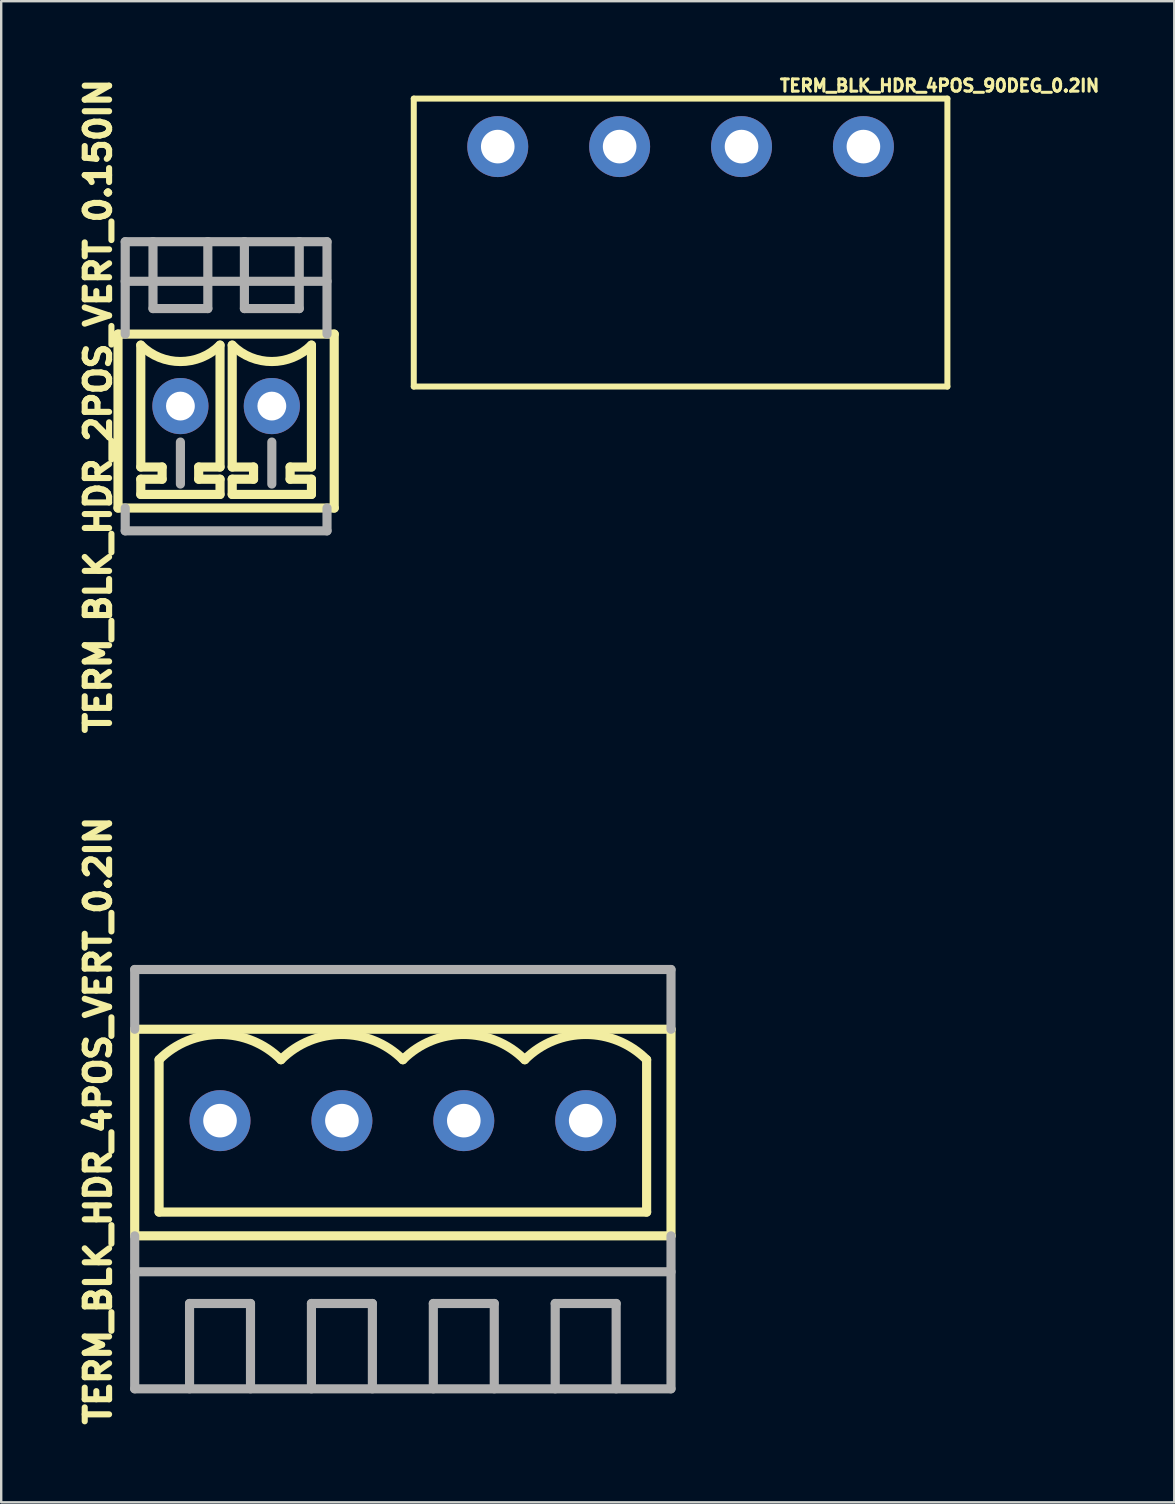
<source format=kicad_pcb>
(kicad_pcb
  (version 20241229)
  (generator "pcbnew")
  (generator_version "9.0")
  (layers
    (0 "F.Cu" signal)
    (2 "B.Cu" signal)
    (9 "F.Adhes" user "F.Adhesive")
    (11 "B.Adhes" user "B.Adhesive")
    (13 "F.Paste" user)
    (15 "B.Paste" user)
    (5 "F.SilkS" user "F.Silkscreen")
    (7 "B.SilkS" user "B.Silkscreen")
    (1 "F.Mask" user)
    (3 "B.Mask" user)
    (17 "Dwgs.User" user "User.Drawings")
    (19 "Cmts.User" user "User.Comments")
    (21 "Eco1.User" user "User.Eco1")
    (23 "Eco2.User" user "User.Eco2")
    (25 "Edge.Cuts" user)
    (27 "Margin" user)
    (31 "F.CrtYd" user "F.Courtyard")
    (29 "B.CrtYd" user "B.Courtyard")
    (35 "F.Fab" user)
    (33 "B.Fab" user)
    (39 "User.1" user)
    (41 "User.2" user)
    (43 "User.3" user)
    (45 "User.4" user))
  (footprint "TERM_BLK_HDR_2POS_VERT_0.150IN"
    (layer "F.Cu")
    (at 6.374 13.874)
    (property "Reference" "TERM_BLK_HDR_2POS_VERT_0.150IN" (at -5.334 0 90) (layer "F.SilkS") (effects (font (size 1.016 1.016) (thickness 0.254))))
    (attr through_hole)
    (fp_line (start -4.505 -3) (end -4.505 4.25) (stroke (width 0.381) (type solid)) (layer "F.SilkS"))
    (fp_line (start -3.556 -2.54) (end -3.556 2.54) (stroke (width 0.381) (type solid)) (layer "F.SilkS"))
    (fp_line (start -3.556 2.54) (end -2.667 2.54) (stroke (width 0.381) (type solid)) (layer "F.SilkS"))
    (fp_line (start -3.556 3.048) (end -3.556 3.683) (stroke (width 0.381) (type solid)) (layer "F.SilkS"))
    (fp_line (start -3.556 3.683) (end -0.254 3.683) (stroke (width 0.381) (type solid)) (layer "F.SilkS"))
    (fp_line (start -2.667 2.54) (end -2.667 3.048) (stroke (width 0.381) (type solid)) (layer "F.SilkS"))
    (fp_line (start -2.667 3.048) (end -3.556 3.048) (stroke (width 0.381) (type solid)) (layer "F.SilkS"))
    (fp_line (start -1.143 2.54) (end -0.254 2.54) (stroke (width 0.381) (type solid)) (layer "F.SilkS"))
    (fp_line (start -1.143 3.048) (end -1.143 2.54) (stroke (width 0.381) (type solid)) (layer "F.SilkS"))
    (fp_line (start -0.254 -2.54) (end -0.254 2.54) (stroke (width 0.381) (type solid)) (layer "F.SilkS"))
    (fp_line (start -0.254 3.048) (end -1.143 3.048) (stroke (width 0.381) (type solid)) (layer "F.SilkS"))
    (fp_line (start -0.254 3.683) (end -0.254 3.048) (stroke (width 0.381) (type solid)) (layer "F.SilkS"))
    (fp_line (start 0.254 -2.54) (end 0.254 2.54) (stroke (width 0.381) (type solid)) (layer "F.SilkS"))
    (fp_line (start 0.254 2.54) (end 1.143 2.54) (stroke (width 0.381) (type solid)) (layer "F.SilkS"))
    (fp_line (start 0.254 3.048) (end 0.254 3.683) (stroke (width 0.381) (type solid)) (layer "F.SilkS"))
    (fp_line (start 0.254 3.683) (end 3.556 3.683) (stroke (width 0.381) (type solid)) (layer "F.SilkS"))
    (fp_line (start 1.143 2.54) (end 1.143 3.048) (stroke (width 0.381) (type solid)) (layer "F.SilkS"))
    (fp_line (start 1.143 3.048) (end 0.254 3.048) (stroke (width 0.381) (type solid)) (layer "F.SilkS"))
    (fp_line (start 2.667 2.54) (end 3.556 2.54) (stroke (width 0.381) (type solid)) (layer "F.SilkS"))
    (fp_line (start 2.667 3.048) (end 2.667 2.54) (stroke (width 0.381) (type solid)) (layer "F.SilkS"))
    (fp_line (start 3.556 -2.54) (end 3.556 2.54) (stroke (width 0.381) (type solid)) (layer "F.SilkS"))
    (fp_line (start 3.556 3.048) (end 2.667 3.048) (stroke (width 0.381) (type solid)) (layer "F.SilkS"))
    (fp_line (start 3.556 3.683) (end 3.556 3.048) (stroke (width 0.381) (type solid)) (layer "F.SilkS"))
    (fp_line (start 4.505 -3) (end -4.505 -3) (stroke (width 0.381) (type solid)) (layer "F.SilkS"))
    (fp_line (start 4.505 -3) (end 4.505 4.25) (stroke (width 0.381) (type solid)) (layer "F.SilkS"))
    (fp_line (start 4.505 4.25) (end -4.505 4.25) (stroke (width 0.381) (type solid)) (layer "F.SilkS"))
    (fp_arc (start -0.254 -2.54) (mid -1.905 -1.856133) (end -3.556 -2.54) (stroke (width 0.381) (type solid)) (layer "F.SilkS"))
    (fp_arc (start 3.556 -2.54) (mid 1.905 -1.856133) (end 0.254 -2.54) (stroke (width 0.381) (type solid)) (layer "F.SilkS"))
    (fp_line (start -4.205 -6.85) (end 4.205 -6.85) (stroke (width 0.381) (type solid)) (layer "F.Fab"))
    (fp_line (start -4.205 -5.2) (end 4.205 -5.2) (stroke (width 0.381) (type solid)) (layer "F.Fab"))
    (fp_line (start -4.205 -3) (end -4.205 -6.85) (stroke (width 0.381) (type solid)) (layer "F.Fab"))
    (fp_line (start -4.205 4.25) (end -4.205 5.2) (stroke (width 0.381) (type solid)) (layer "F.Fab"))
    (fp_line (start -4.205 5.2) (end 4.205 5.2) (stroke (width 0.381) (type solid)) (layer "F.Fab"))
    (fp_line (start -3.048 -6.858) (end -3.048 -4.064) (stroke (width 0.381) (type solid)) (layer "F.Fab"))
    (fp_line (start -3.048 -4.064) (end -0.762 -4.064) (stroke (width 0.381) (type solid)) (layer "F.Fab"))
    (fp_line (start -1.905 1.5) (end -1.905 3.25) (stroke (width 0.381) (type solid)) (layer "F.Fab"))
    (fp_line (start -0.762 -4.064) (end -0.762 -6.858) (stroke (width 0.381) (type solid)) (layer "F.Fab"))
    (fp_line (start 0.762 -6.858) (end 0.762 -4.064) (stroke (width 0.381) (type solid)) (layer "F.Fab"))
    (fp_line (start 0.762 -4.064) (end 3.048 -4.064) (stroke (width 0.381) (type solid)) (layer "F.Fab"))
    (fp_line (start 1.905 1.5) (end 1.905 3.25) (stroke (width 0.381) (type solid)) (layer "F.Fab"))
    (fp_line (start 3.048 -4.064) (end 3.048 -6.858) (stroke (width 0.381) (type solid)) (layer "F.Fab"))
    (fp_line (start 4.205 -6.85) (end 4.205 -3) (stroke (width 0.381) (type solid)) (layer "F.Fab"))
    (fp_line (start 4.205 5.2) (end 4.205 4.25) (stroke (width 0.381) (type solid)) (layer "F.Fab"))
    (pad "1" thru_hole circle (at 1.905 0) (size 2.34 2.34) (drill 1.2) (layers "*.Cu" "*.Mask"))
    (pad "2" thru_hole circle (at -1.905 0) (size 2.34 2.34) (drill 1.2) (layers "*.Cu" "*.Mask")))
  (footprint "TERM_BLK_HDR_4POS_VERT_0.2IN"
    (layer "F.Cu")
    (at 13.74 43.656)
    (property "Reference" "TERM_BLK_HDR_4POS_VERT_0.2IN" (at -12.7 0 90) (layer "F.SilkS") (effects (font (size 1.016 1.016) (thickness 0.254))))
    (attr through_hole)
    (fp_line (start -11.176 -3.81) (end -11.176 4.801) (stroke (width 0.381) (type solid)) (layer "F.SilkS"))
    (fp_line (start -10.16 3.81) (end -10.16 -2.54) (stroke (width 0.381) (type solid)) (layer "F.SilkS"))
    (fp_line (start 10.16 -2.54) (end 10.16 3.81) (stroke (width 0.381) (type solid)) (layer "F.SilkS"))
    (fp_line (start 10.16 3.81) (end -10.16 3.81) (stroke (width 0.381) (type solid)) (layer "F.SilkS"))
    (fp_line (start 11.176 -3.81) (end -11.176 -3.81) (stroke (width 0.381) (type solid)) (layer "F.SilkS"))
    (fp_line (start 11.176 -3.81) (end 11.176 4.801) (stroke (width 0.381) (type solid)) (layer "F.SilkS"))
    (fp_line (start 11.176 4.801) (end -11.176 4.801) (stroke (width 0.381) (type solid)) (layer "F.SilkS"))
    (fp_arc (start -10.16 -2.54) (mid -7.62 -3.592102) (end -5.08 -2.54) (stroke (width 0.381) (type solid)) (layer "F.SilkS"))
    (fp_arc (start -5.08 -2.54) (mid -2.54 -3.592102) (end 0 -2.54) (stroke (width 0.381) (type solid)) (layer "F.SilkS"))
    (fp_arc (start 0 -2.54) (mid 2.54 -3.592102) (end 5.08 -2.54) (stroke (width 0.381) (type solid)) (layer "F.SilkS"))
    (fp_arc (start 5.08 -2.54) (mid 7.62 -3.592102) (end 10.16 -2.54) (stroke (width 0.381) (type solid)) (layer "F.SilkS"))
    (fp_line (start -11.176 -6.299) (end 11.176 -6.299) (stroke (width 0.381) (type solid)) (layer "F.Fab"))
    (fp_line (start -11.176 -3.81) (end -11.176 -6.299) (stroke (width 0.381) (type solid)) (layer "F.Fab"))
    (fp_line (start -11.176 6.299) (end 11.176 6.299) (stroke (width 0.381) (type solid)) (layer "F.Fab"))
    (fp_line (start -11.176 11.176) (end -11.176 4.801) (stroke (width 0.381) (type solid)) (layer "F.Fab"))
    (fp_line (start -8.89 7.62) (end -8.89 11.176) (stroke (width 0.381) (type solid)) (layer "F.Fab"))
    (fp_line (start -8.89 7.62) (end -6.35 7.62) (stroke (width 0.381) (type solid)) (layer "F.Fab"))
    (fp_line (start -6.35 7.62) (end -6.35 11.176) (stroke (width 0.381) (type solid)) (layer "F.Fab"))
    (fp_line (start -3.81 7.62) (end -3.81 11.176) (stroke (width 0.381) (type solid)) (layer "F.Fab"))
    (fp_line (start -1.27 7.62) (end -3.81 7.62) (stroke (width 0.381) (type solid)) (layer "F.Fab"))
    (fp_line (start -1.27 11.176) (end -1.27 7.62) (stroke (width 0.381) (type solid)) (layer "F.Fab"))
    (fp_line (start 1.27 7.62) (end 3.81 7.62) (stroke (width 0.381) (type solid)) (layer "F.Fab"))
    (fp_line (start 1.27 11.176) (end 1.27 7.62) (stroke (width 0.381) (type solid)) (layer "F.Fab"))
    (fp_line (start 3.81 7.62) (end 3.81 11.176) (stroke (width 0.381) (type solid)) (layer "F.Fab"))
    (fp_line (start 6.35 7.62) (end 6.35 11.176) (stroke (width 0.381) (type solid)) (layer "F.Fab"))
    (fp_line (start 6.35 7.62) (end 8.89 7.62) (stroke (width 0.381) (type solid)) (layer "F.Fab"))
    (fp_line (start 8.89 7.62) (end 8.89 11.176) (stroke (width 0.381) (type solid)) (layer "F.Fab"))
    (fp_line (start 11.176 -3.81) (end 11.176 -6.299) (stroke (width 0.381) (type solid)) (layer "F.Fab"))
    (fp_line (start 11.176 4.801) (end 11.176 11.176) (stroke (width 0.381) (type solid)) (layer "F.Fab"))
    (fp_line (start 11.176 11.176) (end -11.176 11.176) (stroke (width 0.381) (type solid)) (layer "F.Fab"))
    (pad "1" thru_hole circle (at 7.62 0) (size 2.54 2.54) (drill 1.4) (layers "*.Cu" "*.Mask"))
    (pad "2" thru_hole circle (at 2.54 0) (size 2.54 2.54) (drill 1.4) (layers "*.Cu" "*.Mask"))
    (pad "3" thru_hole circle (at -2.54 0) (size 2.54 2.54) (drill 1.4) (layers "*.Cu" "*.Mask"))
    (pad "4" thru_hole circle (at -7.62 0) (size 2.54 2.54) (drill 1.4) (layers "*.Cu" "*.Mask")))
  (footprint "TERM_BLK_HDR_4POS_90DEG_0.2IN"
    (layer "F.Cu")
    (at 25.315 3.06)
    (property "Reference" "TERM_BLK_HDR_4POS_90DEG_0.2IN" (at 10.795 -2.54 180) (layer "F.SilkS") (effects (font (size 0.508 0.508) (thickness 0.127))))
    (property "Value" "${VALUE}" (at -10.795 -2.54 180) (layer "F.Fab") (hide yes) (effects (font (size 0.508 0.508) (thickness 0.127))))
    (attr through_hole)
    (fp_line (start -11.12 -2) (end -11.12 10) (stroke (width 0.25) (type solid)) (layer "F.SilkS"))
    (fp_line (start -11.12 -2) (end 11.12 -2) (stroke (width 0.25) (type solid)) (layer "F.SilkS"))
    (fp_line (start -11.12 10) (end 11.12 10) (stroke (width 0.25) (type solid)) (layer "F.SilkS"))
    (fp_line (start 11.12 -2) (end 11.12 10) (stroke (width 0.25) (type solid)) (layer "F.SilkS"))
    (pad "1" thru_hole circle (at 7.62 0) (size 2.54 2.54) (drill 1.4) (layers "*.Cu" "*.Mask"))
    (pad "2" thru_hole circle (at 2.54 0) (size 2.54 2.54) (drill 1.4) (layers "*.Cu" "*.Mask"))
    (pad "3" thru_hole circle (at -2.54 0) (size 2.54 2.54) (drill 1.4) (layers "*.Cu" "*.Mask"))
    (pad "4" thru_hole circle (at -7.62 0) (size 2.54 2.54) (drill 1.4) (layers "*.Cu" "*.Mask")))
  (gr_rect
    (start -3 -3)
    (end 45.89 59.563)
    (stroke (width 0.1) (type default))
    (fill no)
    (layer "Edge.Cuts")))
</source>
